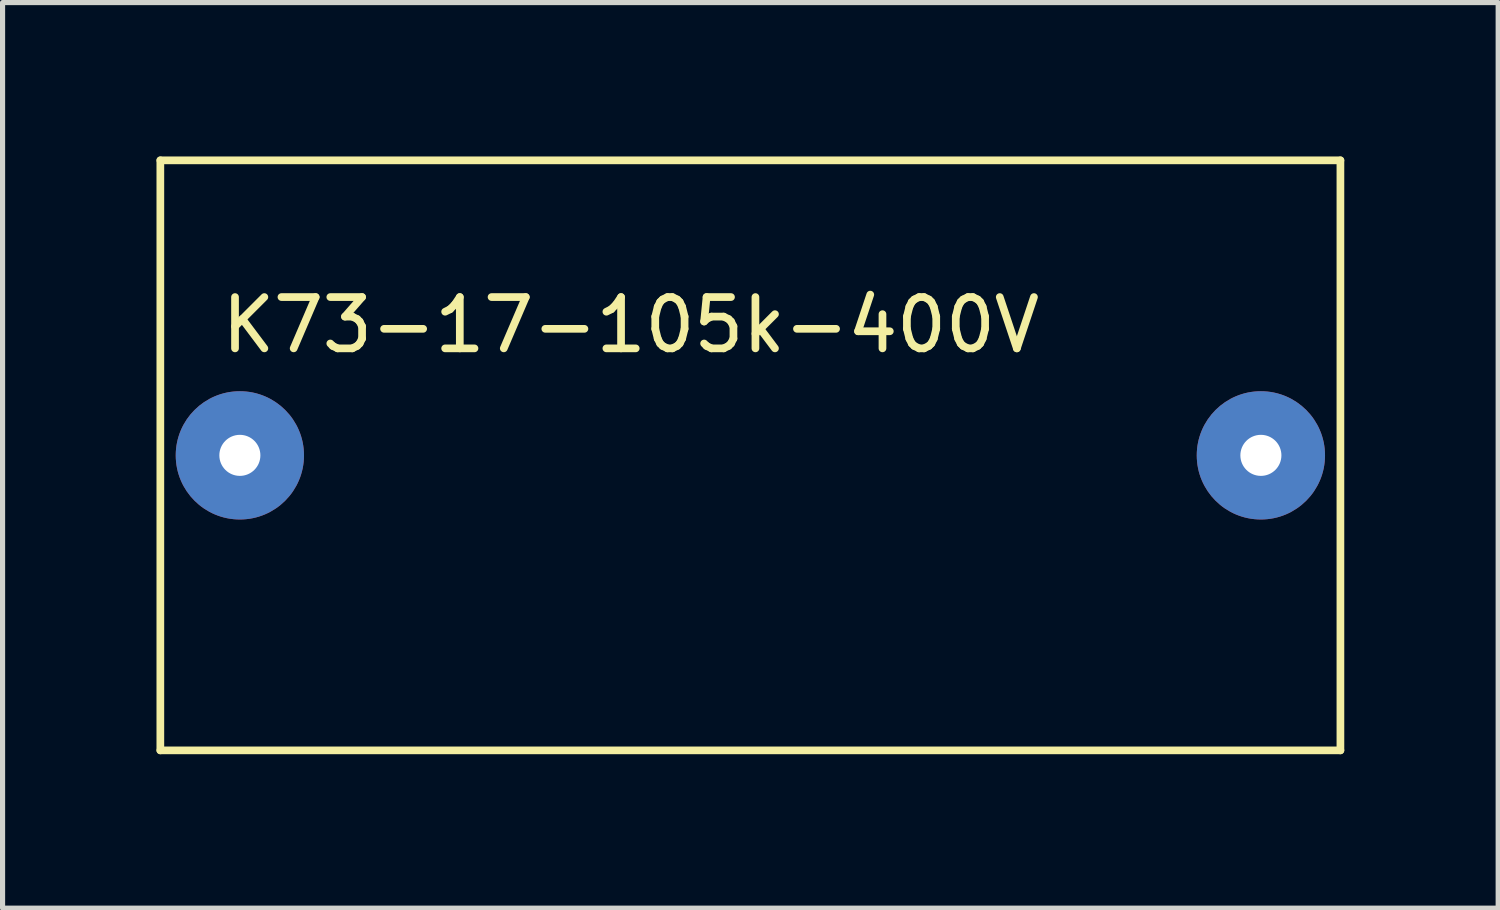
<source format=kicad_pcb>
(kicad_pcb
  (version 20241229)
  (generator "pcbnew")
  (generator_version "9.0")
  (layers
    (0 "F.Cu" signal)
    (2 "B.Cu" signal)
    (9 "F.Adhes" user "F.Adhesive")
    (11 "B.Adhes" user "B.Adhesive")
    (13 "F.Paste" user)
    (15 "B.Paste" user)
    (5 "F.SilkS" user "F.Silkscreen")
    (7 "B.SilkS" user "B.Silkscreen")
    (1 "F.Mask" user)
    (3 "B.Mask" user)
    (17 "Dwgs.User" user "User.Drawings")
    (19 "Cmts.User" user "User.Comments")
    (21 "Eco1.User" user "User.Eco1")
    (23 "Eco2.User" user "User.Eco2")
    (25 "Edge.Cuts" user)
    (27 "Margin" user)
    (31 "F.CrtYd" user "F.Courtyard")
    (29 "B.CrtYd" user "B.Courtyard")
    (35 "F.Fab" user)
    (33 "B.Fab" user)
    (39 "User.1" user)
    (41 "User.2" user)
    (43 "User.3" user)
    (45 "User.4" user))
  (footprint "K73-17-105k-400V"
    (layer "F.Cu")
    (at 1.625 5.825)
    (property "Reference" "K73-17-105k-400V" (at 7.62 -2.54 0) (layer "F.SilkS") (effects (font (size 1 1) (thickness 0.15))))
    (attr through_hole)
    (fp_line (start -1.55 -5.75) (end -1.55 5.75) (stroke (width 0.15) (type solid)) (layer "F.SilkS"))
    (fp_line (start -1.55 -5.75) (end 21.45 -5.75) (stroke (width 0.15) (type solid)) (layer "F.SilkS"))
    (fp_line (start 21.45 -5.75) (end 21.45 5.75) (stroke (width 0.15) (type solid)) (layer "F.SilkS"))
    (fp_line (start 21.45 5.75) (end -1.55 5.75) (stroke (width 0.15) (type solid)) (layer "F.SilkS"))
    (pad "1" thru_hole circle (at 0 0) (size 2.5 2.5) (drill 0.8) (layers "B.Cu" "B.Mask"))
    (pad "2" thru_hole circle (at 19.9 0) (size 2.5 2.5) (drill 0.8) (layers "B.Cu" "B.Mask")))
  (gr_rect
    (start -3 -3)
    (end 26.15 14.65)
    (stroke (width 0.1) (type default))
    (fill no)
    (layer "Edge.Cuts")))
</source>
